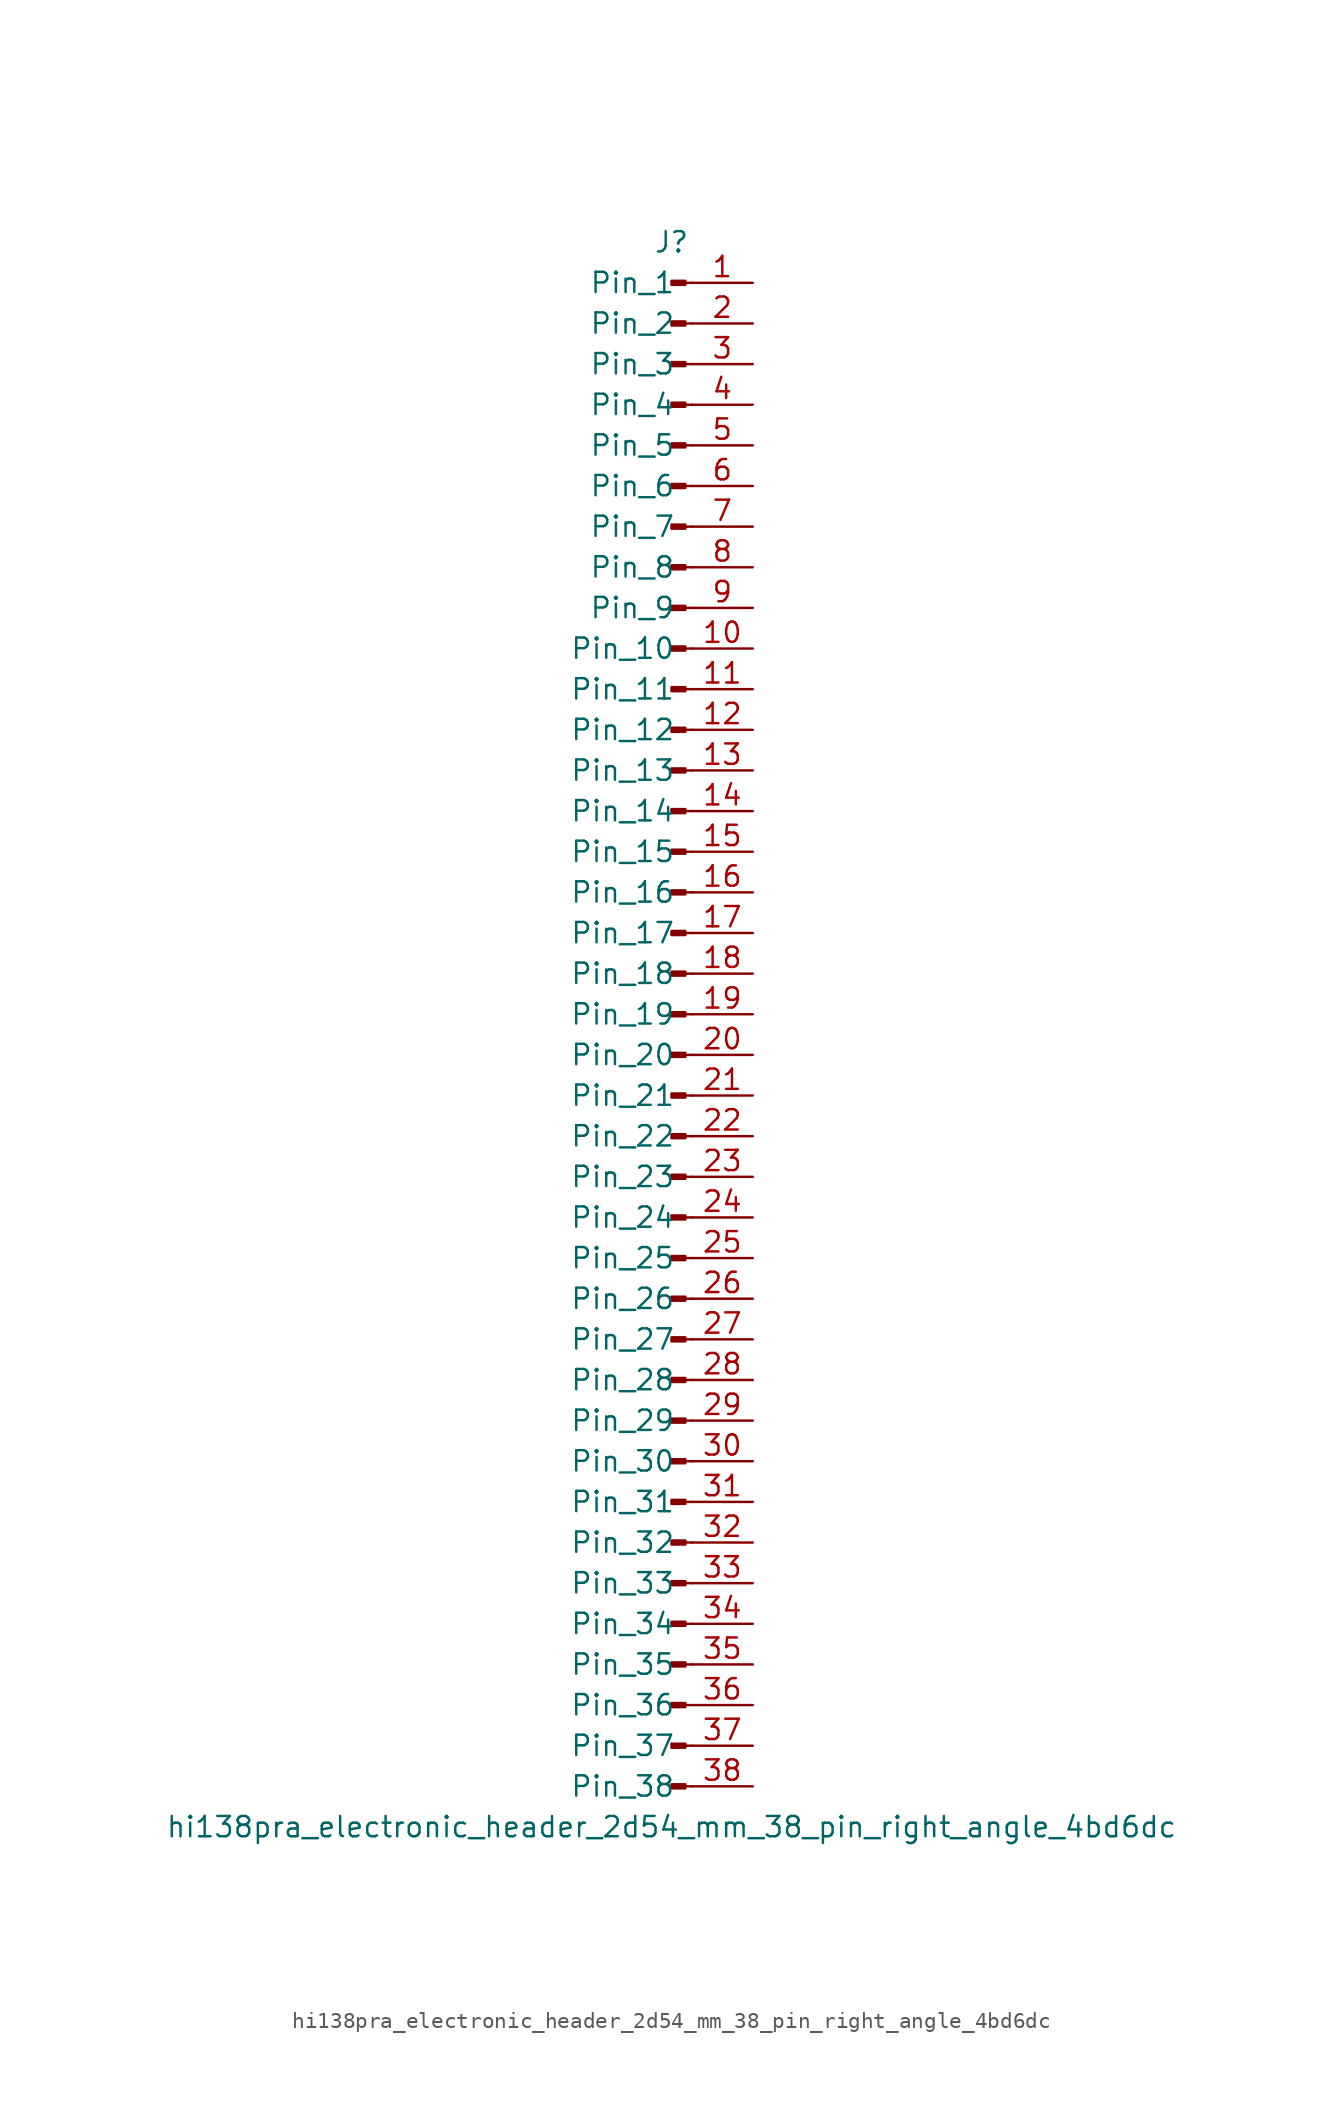
<source format=kicad_sym>
(kicad_symbol_lib
  (version 20220914)
  (generator kicad_symbol_editor)
  (symbol "hi138pra_electronic_header_2d54_mm_38_pin_right_angle_4bd6dc"
    (pin_names
      (offset 1.016))
    (property "Reference" "J"
      (at 0 48.26 0)
      (effects (font (size 1.27 1.27))))
    (property "Value" "hi138pra_electronic_header_2d54_mm_38_pin_right_angle_4bd6dc"
      (at 0 -50.8 0)
      (effects (font (size 1.27 1.27))))
    (property "ki_locked" ""
      (at 0 0 0)
      (effects (font (size 1.27 1.27))))
    (symbol "hi138pra_electronic_header_2d54_mm_38_pin_right_angle_4bd6dc_1_1"
      (polyline (pts (xy 1.27 -48.26) (xy 0.864 -48.26)) (stroke (width 0.152) (type default)) (fill (type none)))
      (polyline (pts (xy 1.27 -45.72) (xy 0.864 -45.72)) (stroke (width 0.152) (type default)) (fill (type none)))
      (polyline (pts (xy 1.27 -43.18) (xy 0.864 -43.18)) (stroke (width 0.152) (type default)) (fill (type none)))
      (polyline (pts (xy 1.27 -40.64) (xy 0.864 -40.64)) (stroke (width 0.152) (type default)) (fill (type none)))
      (polyline (pts (xy 1.27 -38.1) (xy 0.864 -38.1)) (stroke (width 0.152) (type default)) (fill (type none)))
      (polyline (pts (xy 1.27 -35.56) (xy 0.864 -35.56)) (stroke (width 0.152) (type default)) (fill (type none)))
      (polyline (pts (xy 1.27 -33.02) (xy 0.864 -33.02)) (stroke (width 0.152) (type default)) (fill (type none)))
      (polyline (pts (xy 1.27 -30.48) (xy 0.864 -30.48)) (stroke (width 0.152) (type default)) (fill (type none)))
      (polyline (pts (xy 1.27 -27.94) (xy 0.864 -27.94)) (stroke (width 0.152) (type default)) (fill (type none)))
      (polyline (pts (xy 1.27 -25.4) (xy 0.864 -25.4)) (stroke (width 0.152) (type default)) (fill (type none)))
      (polyline (pts (xy 1.27 -22.86) (xy 0.864 -22.86)) (stroke (width 0.152) (type default)) (fill (type none)))
      (polyline (pts (xy 1.27 -20.32) (xy 0.864 -20.32)) (stroke (width 0.152) (type default)) (fill (type none)))
      (polyline (pts (xy 1.27 -17.78) (xy 0.864 -17.78)) (stroke (width 0.152) (type default)) (fill (type none)))
      (polyline (pts (xy 1.27 -15.24) (xy 0.864 -15.24)) (stroke (width 0.152) (type default)) (fill (type none)))
      (polyline (pts (xy 1.27 -12.7) (xy 0.864 -12.7)) (stroke (width 0.152) (type default)) (fill (type none)))
      (polyline (pts (xy 1.27 -10.16) (xy 0.864 -10.16)) (stroke (width 0.152) (type default)) (fill (type none)))
      (polyline (pts (xy 1.27 -7.62) (xy 0.864 -7.62)) (stroke (width 0.152) (type default)) (fill (type none)))
      (polyline (pts (xy 1.27 -5.08) (xy 0.864 -5.08)) (stroke (width 0.152) (type default)) (fill (type none)))
      (polyline (pts (xy 1.27 -2.54) (xy 0.864 -2.54)) (stroke (width 0.152) (type default)) (fill (type none)))
      (polyline (pts (xy 1.27 0) (xy 0.864 0)) (stroke (width 0.152) (type default)) (fill (type none)))
      (polyline (pts (xy 1.27 2.54) (xy 0.864 2.54)) (stroke (width 0.152) (type default)) (fill (type none)))
      (polyline (pts (xy 1.27 5.08) (xy 0.864 5.08)) (stroke (width 0.152) (type default)) (fill (type none)))
      (polyline (pts (xy 1.27 7.62) (xy 0.864 7.62)) (stroke (width 0.152) (type default)) (fill (type none)))
      (polyline (pts (xy 1.27 10.16) (xy 0.864 10.16)) (stroke (width 0.152) (type default)) (fill (type none)))
      (polyline (pts (xy 1.27 12.7) (xy 0.864 12.7)) (stroke (width 0.152) (type default)) (fill (type none)))
      (polyline (pts (xy 1.27 15.24) (xy 0.864 15.24)) (stroke (width 0.152) (type default)) (fill (type none)))
      (polyline (pts (xy 1.27 17.78) (xy 0.864 17.78)) (stroke (width 0.152) (type default)) (fill (type none)))
      (polyline (pts (xy 1.27 20.32) (xy 0.864 20.32)) (stroke (width 0.152) (type default)) (fill (type none)))
      (polyline (pts (xy 1.27 22.86) (xy 0.864 22.86)) (stroke (width 0.152) (type default)) (fill (type none)))
      (polyline (pts (xy 1.27 25.4) (xy 0.864 25.4)) (stroke (width 0.152) (type default)) (fill (type none)))
      (polyline (pts (xy 1.27 27.94) (xy 0.864 27.94)) (stroke (width 0.152) (type default)) (fill (type none)))
      (polyline (pts (xy 1.27 30.48) (xy 0.864 30.48)) (stroke (width 0.152) (type default)) (fill (type none)))
      (polyline (pts (xy 1.27 33.02) (xy 0.864 33.02)) (stroke (width 0.152) (type default)) (fill (type none)))
      (polyline (pts (xy 1.27 35.56) (xy 0.864 35.56)) (stroke (width 0.152) (type default)) (fill (type none)))
      (polyline (pts (xy 1.27 38.1) (xy 0.864 38.1)) (stroke (width 0.152) (type default)) (fill (type none)))
      (polyline (pts (xy 1.27 40.64) (xy 0.864 40.64)) (stroke (width 0.152) (type default)) (fill (type none)))
      (polyline (pts (xy 1.27 43.18) (xy 0.864 43.18)) (stroke (width 0.152) (type default)) (fill (type none)))
      (polyline (pts (xy 1.27 45.72) (xy 0.864 45.72)) (stroke (width 0.152) (type default)) (fill (type none)))
      (rectangle (start 0.864 -48.133) (end 0 -48.387) (stroke (width 0.152) (type default)) (fill (type outline)))
      (rectangle (start 0.864 -45.593) (end 0 -45.847) (stroke (width 0.152) (type default)) (fill (type outline)))
      (rectangle (start 0.864 -43.053) (end 0 -43.307) (stroke (width 0.152) (type default)) (fill (type outline)))
      (rectangle (start 0.864 -40.513) (end 0 -40.767) (stroke (width 0.152) (type default)) (fill (type outline)))
      (rectangle (start 0.864 -37.973) (end 0 -38.227) (stroke (width 0.152) (type default)) (fill (type outline)))
      (rectangle (start 0.864 -35.433) (end 0 -35.687) (stroke (width 0.152) (type default)) (fill (type outline)))
      (rectangle (start 0.864 -32.893) (end 0 -33.147) (stroke (width 0.152) (type default)) (fill (type outline)))
      (rectangle (start 0.864 -30.353) (end 0 -30.607) (stroke (width 0.152) (type default)) (fill (type outline)))
      (rectangle (start 0.864 -27.813) (end 0 -28.067) (stroke (width 0.152) (type default)) (fill (type outline)))
      (rectangle (start 0.864 -25.273) (end 0 -25.527) (stroke (width 0.152) (type default)) (fill (type outline)))
      (rectangle (start 0.864 -22.733) (end 0 -22.987) (stroke (width 0.152) (type default)) (fill (type outline)))
      (rectangle (start 0.864 -20.193) (end 0 -20.447) (stroke (width 0.152) (type default)) (fill (type outline)))
      (rectangle (start 0.864 -17.653) (end 0 -17.907) (stroke (width 0.152) (type default)) (fill (type outline)))
      (rectangle (start 0.864 -15.113) (end 0 -15.367) (stroke (width 0.152) (type default)) (fill (type outline)))
      (rectangle (start 0.864 -12.573) (end 0 -12.827) (stroke (width 0.152) (type default)) (fill (type outline)))
      (rectangle (start 0.864 -10.033) (end 0 -10.287) (stroke (width 0.152) (type default)) (fill (type outline)))
      (rectangle (start 0.864 -7.493) (end 0 -7.747) (stroke (width 0.152) (type default)) (fill (type outline)))
      (rectangle (start 0.864 -4.953) (end 0 -5.207) (stroke (width 0.152) (type default)) (fill (type outline)))
      (rectangle (start 0.864 -2.413) (end 0 -2.667) (stroke (width 0.152) (type default)) (fill (type outline)))
      (rectangle (start 0.864 0.127) (end 0 -0.127) (stroke (width 0.152) (type default)) (fill (type outline)))
      (rectangle (start 0.864 2.667) (end 0 2.413) (stroke (width 0.152) (type default)) (fill (type outline)))
      (rectangle (start 0.864 5.207) (end 0 4.953) (stroke (width 0.152) (type default)) (fill (type outline)))
      (rectangle (start 0.864 7.747) (end 0 7.493) (stroke (width 0.152) (type default)) (fill (type outline)))
      (rectangle (start 0.864 10.287) (end 0 10.033) (stroke (width 0.152) (type default)) (fill (type outline)))
      (rectangle (start 0.864 12.827) (end 0 12.573) (stroke (width 0.152) (type default)) (fill (type outline)))
      (rectangle (start 0.864 15.367) (end 0 15.113) (stroke (width 0.152) (type default)) (fill (type outline)))
      (rectangle (start 0.864 17.907) (end 0 17.653) (stroke (width 0.152) (type default)) (fill (type outline)))
      (rectangle (start 0.864 20.447) (end 0 20.193) (stroke (width 0.152) (type default)) (fill (type outline)))
      (rectangle (start 0.864 22.987) (end 0 22.733) (stroke (width 0.152) (type default)) (fill (type outline)))
      (rectangle (start 0.864 25.527) (end 0 25.273) (stroke (width 0.152) (type default)) (fill (type outline)))
      (rectangle (start 0.864 28.067) (end 0 27.813) (stroke (width 0.152) (type default)) (fill (type outline)))
      (rectangle (start 0.864 30.607) (end 0 30.353) (stroke (width 0.152) (type default)) (fill (type outline)))
      (rectangle (start 0.864 33.147) (end 0 32.893) (stroke (width 0.152) (type default)) (fill (type outline)))
      (rectangle (start 0.864 35.687) (end 0 35.433) (stroke (width 0.152) (type default)) (fill (type outline)))
      (rectangle (start 0.864 38.227) (end 0 37.973) (stroke (width 0.152) (type default)) (fill (type outline)))
      (rectangle (start 0.864 40.767) (end 0 40.513) (stroke (width 0.152) (type default)) (fill (type outline)))
      (rectangle (start 0.864 43.307) (end 0 43.053) (stroke (width 0.152) (type default)) (fill (type outline)))
      (rectangle (start 0.864 45.847) (end 0 45.593) (stroke (width 0.152) (type default)) (fill (type outline)))
      (pin passive line (at 5.08 45.72 180) (length 3.81) (name "Pin_1" (effects (font (size 1.27 1.27)))) (number "1" (effects (font (size 1.27 1.27)))))
      (pin passive line (at 5.08 22.86 180) (length 3.81) (name "Pin_10" (effects (font (size 1.27 1.27)))) (number "10" (effects (font (size 1.27 1.27)))))
      (pin passive line (at 5.08 20.32 180) (length 3.81) (name "Pin_11" (effects (font (size 1.27 1.27)))) (number "11" (effects (font (size 1.27 1.27)))))
      (pin passive line (at 5.08 17.78 180) (length 3.81) (name "Pin_12" (effects (font (size 1.27 1.27)))) (number "12" (effects (font (size 1.27 1.27)))))
      (pin passive line (at 5.08 15.24 180) (length 3.81) (name "Pin_13" (effects (font (size 1.27 1.27)))) (number "13" (effects (font (size 1.27 1.27)))))
      (pin passive line (at 5.08 12.7 180) (length 3.81) (name "Pin_14" (effects (font (size 1.27 1.27)))) (number "14" (effects (font (size 1.27 1.27)))))
      (pin passive line (at 5.08 10.16 180) (length 3.81) (name "Pin_15" (effects (font (size 1.27 1.27)))) (number "15" (effects (font (size 1.27 1.27)))))
      (pin passive line (at 5.08 7.62 180) (length 3.81) (name "Pin_16" (effects (font (size 1.27 1.27)))) (number "16" (effects (font (size 1.27 1.27)))))
      (pin passive line (at 5.08 5.08 180) (length 3.81) (name "Pin_17" (effects (font (size 1.27 1.27)))) (number "17" (effects (font (size 1.27 1.27)))))
      (pin passive line (at 5.08 2.54 180) (length 3.81) (name "Pin_18" (effects (font (size 1.27 1.27)))) (number "18" (effects (font (size 1.27 1.27)))))
      (pin passive line (at 5.08 0 180) (length 3.81) (name "Pin_19" (effects (font (size 1.27 1.27)))) (number "19" (effects (font (size 1.27 1.27)))))
      (pin passive line (at 5.08 43.18 180) (length 3.81) (name "Pin_2" (effects (font (size 1.27 1.27)))) (number "2" (effects (font (size 1.27 1.27)))))
      (pin passive line (at 5.08 -2.54 180) (length 3.81) (name "Pin_20" (effects (font (size 1.27 1.27)))) (number "20" (effects (font (size 1.27 1.27)))))
      (pin passive line (at 5.08 -5.08 180) (length 3.81) (name "Pin_21" (effects (font (size 1.27 1.27)))) (number "21" (effects (font (size 1.27 1.27)))))
      (pin passive line (at 5.08 -7.62 180) (length 3.81) (name "Pin_22" (effects (font (size 1.27 1.27)))) (number "22" (effects (font (size 1.27 1.27)))))
      (pin passive line (at 5.08 -10.16 180) (length 3.81) (name "Pin_23" (effects (font (size 1.27 1.27)))) (number "23" (effects (font (size 1.27 1.27)))))
      (pin passive line (at 5.08 -12.7 180) (length 3.81) (name "Pin_24" (effects (font (size 1.27 1.27)))) (number "24" (effects (font (size 1.27 1.27)))))
      (pin passive line (at 5.08 -15.24 180) (length 3.81) (name "Pin_25" (effects (font (size 1.27 1.27)))) (number "25" (effects (font (size 1.27 1.27)))))
      (pin passive line (at 5.08 -17.78 180) (length 3.81) (name "Pin_26" (effects (font (size 1.27 1.27)))) (number "26" (effects (font (size 1.27 1.27)))))
      (pin passive line (at 5.08 -20.32 180) (length 3.81) (name "Pin_27" (effects (font (size 1.27 1.27)))) (number "27" (effects (font (size 1.27 1.27)))))
      (pin passive line (at 5.08 -22.86 180) (length 3.81) (name "Pin_28" (effects (font (size 1.27 1.27)))) (number "28" (effects (font (size 1.27 1.27)))))
      (pin passive line (at 5.08 -25.4 180) (length 3.81) (name "Pin_29" (effects (font (size 1.27 1.27)))) (number "29" (effects (font (size 1.27 1.27)))))
      (pin passive line (at 5.08 40.64 180) (length 3.81) (name "Pin_3" (effects (font (size 1.27 1.27)))) (number "3" (effects (font (size 1.27 1.27)))))
      (pin passive line (at 5.08 -27.94 180) (length 3.81) (name "Pin_30" (effects (font (size 1.27 1.27)))) (number "30" (effects (font (size 1.27 1.27)))))
      (pin passive line (at 5.08 -30.48 180) (length 3.81) (name "Pin_31" (effects (font (size 1.27 1.27)))) (number "31" (effects (font (size 1.27 1.27)))))
      (pin passive line (at 5.08 -33.02 180) (length 3.81) (name "Pin_32" (effects (font (size 1.27 1.27)))) (number "32" (effects (font (size 1.27 1.27)))))
      (pin passive line (at 5.08 -35.56 180) (length 3.81) (name "Pin_33" (effects (font (size 1.27 1.27)))) (number "33" (effects (font (size 1.27 1.27)))))
      (pin passive line (at 5.08 -38.1 180) (length 3.81) (name "Pin_34" (effects (font (size 1.27 1.27)))) (number "34" (effects (font (size 1.27 1.27)))))
      (pin passive line (at 5.08 -40.64 180) (length 3.81) (name "Pin_35" (effects (font (size 1.27 1.27)))) (number "35" (effects (font (size 1.27 1.27)))))
      (pin passive line (at 5.08 -43.18 180) (length 3.81) (name "Pin_36" (effects (font (size 1.27 1.27)))) (number "36" (effects (font (size 1.27 1.27)))))
      (pin passive line (at 5.08 -45.72 180) (length 3.81) (name "Pin_37" (effects (font (size 1.27 1.27)))) (number "37" (effects (font (size 1.27 1.27)))))
      (pin passive line (at 5.08 -48.26 180) (length 3.81) (name "Pin_38" (effects (font (size 1.27 1.27)))) (number "38" (effects (font (size 1.27 1.27)))))
      (pin passive line (at 5.08 38.1 180) (length 3.81) (name "Pin_4" (effects (font (size 1.27 1.27)))) (number "4" (effects (font (size 1.27 1.27)))))
      (pin passive line (at 5.08 35.56 180) (length 3.81) (name "Pin_5" (effects (font (size 1.27 1.27)))) (number "5" (effects (font (size 1.27 1.27)))))
      (pin passive line (at 5.08 33.02 180) (length 3.81) (name "Pin_6" (effects (font (size 1.27 1.27)))) (number "6" (effects (font (size 1.27 1.27)))))
      (pin passive line (at 5.08 30.48 180) (length 3.81) (name "Pin_7" (effects (font (size 1.27 1.27)))) (number "7" (effects (font (size 1.27 1.27)))))
      (pin passive line (at 5.08 27.94 180) (length 3.81) (name "Pin_8" (effects (font (size 1.27 1.27)))) (number "8" (effects (font (size 1.27 1.27)))))
      (pin passive line (at 5.08 25.4 180) (length 3.81) (name "Pin_9" (effects (font (size 1.27 1.27)))) (number "9" (effects (font (size 1.27 1.27))))))))
</source>
